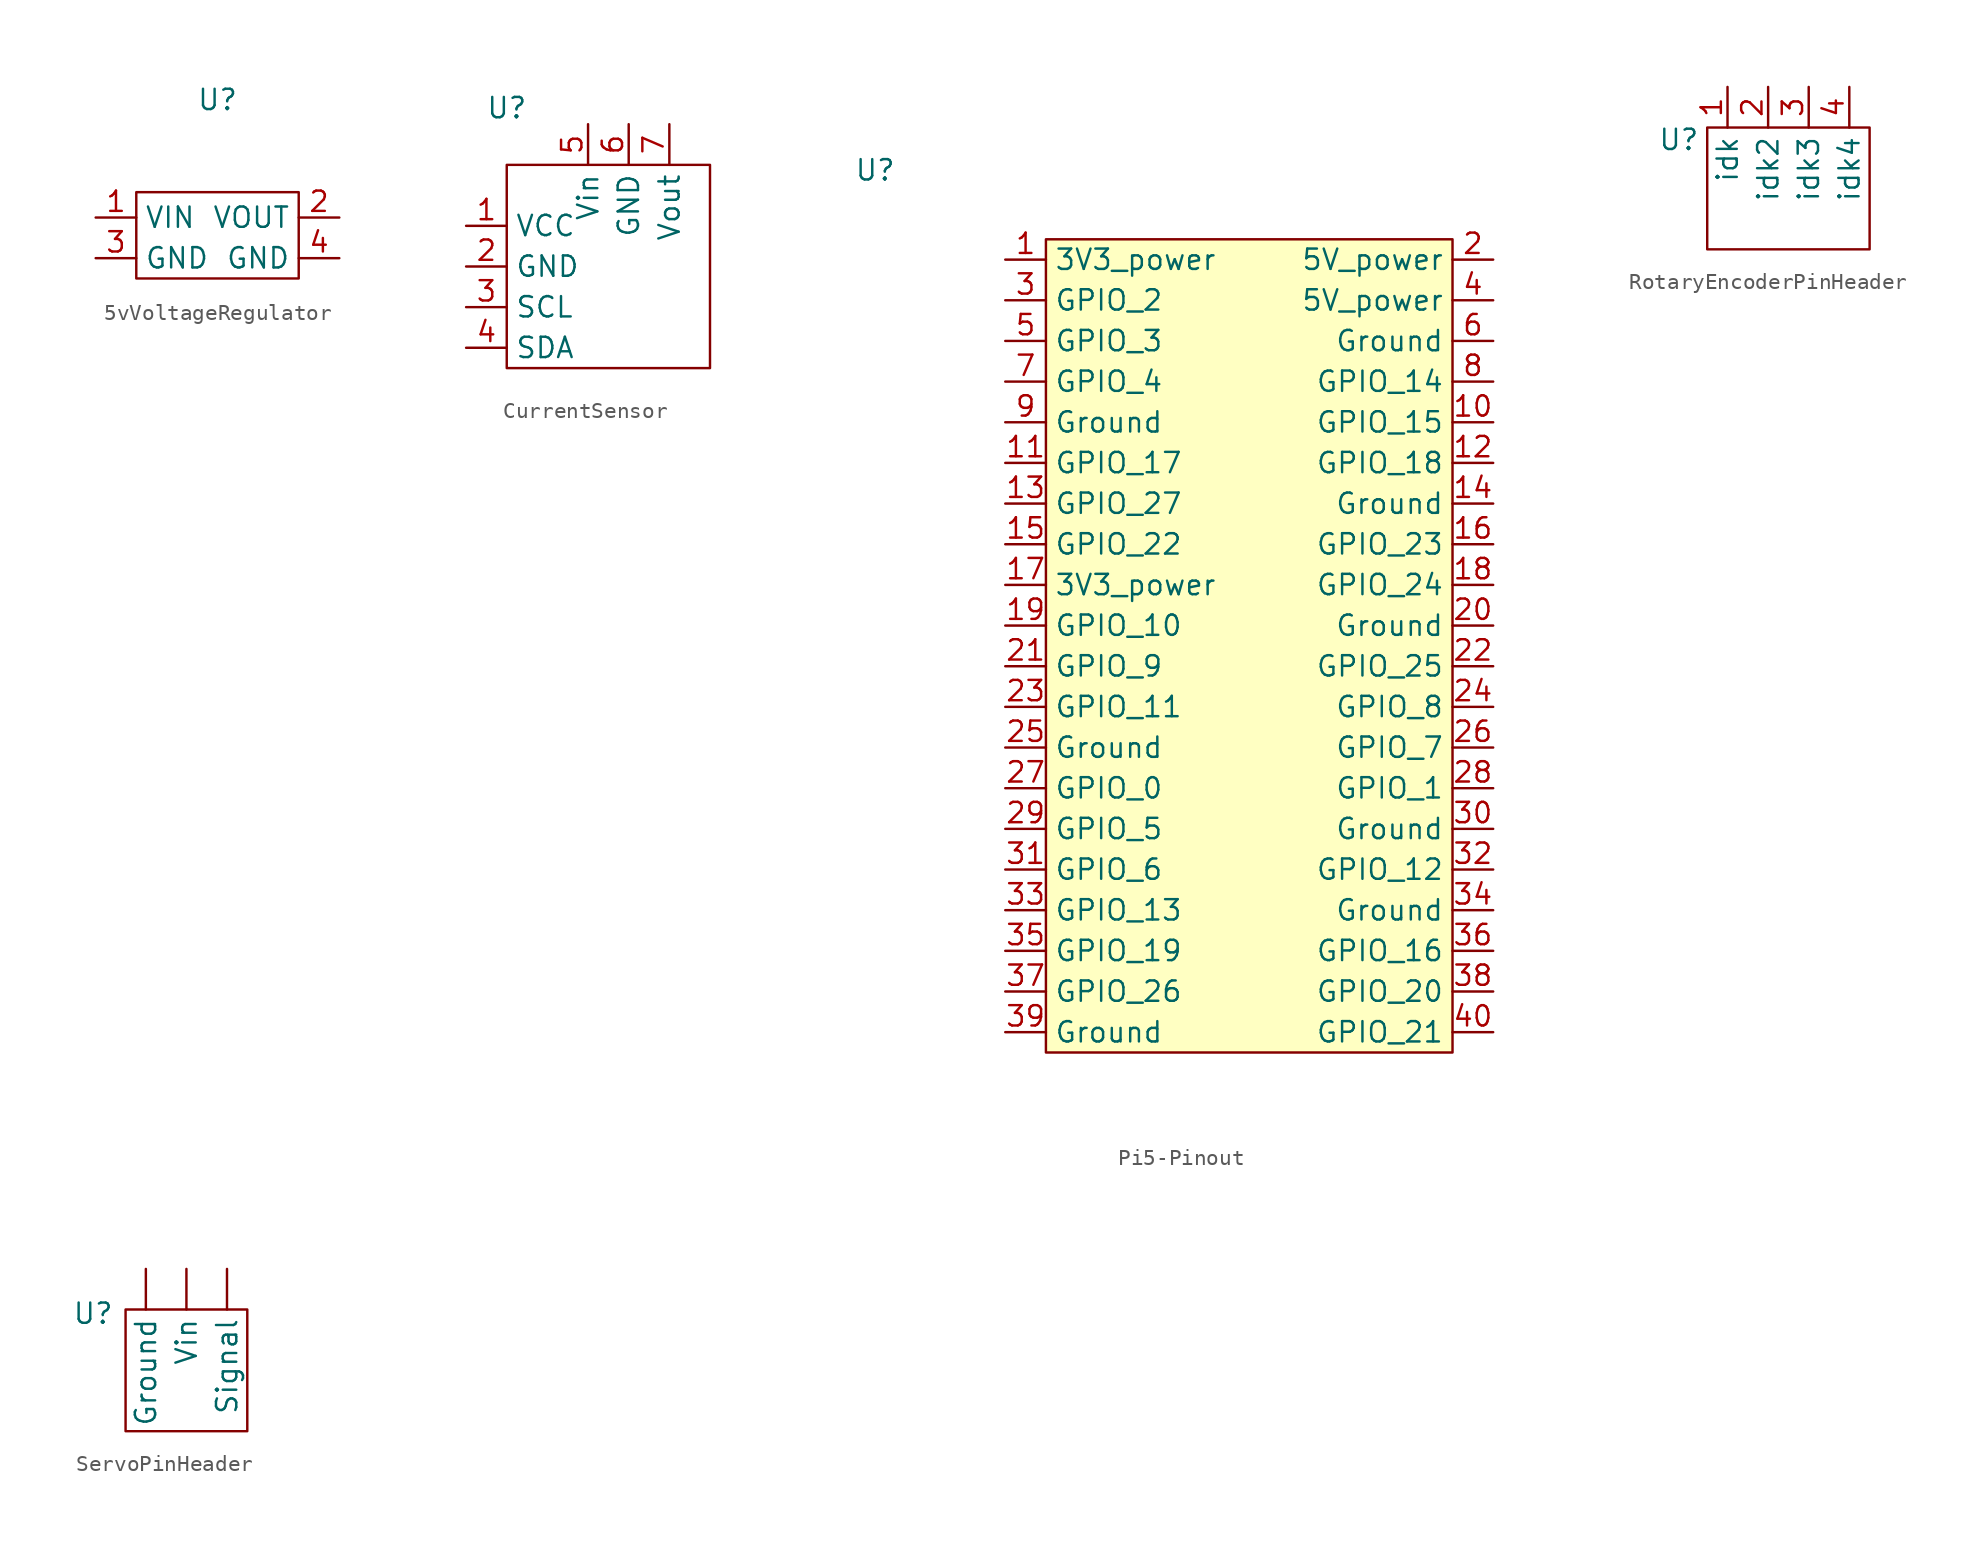
<source format=kicad_sym>
(kicad_symbol_lib
  (version 20241209)
  (generator "kicad_symbol_editor")
  (generator_version "9.0")
  (symbol "5vVoltageRegulator"
    (property "Reference" "U"
      (at 0 4.826 0)
      (effects (font (size 1.27 1.27))))
    (property "Value" ""
      (at 0 0 0)
      (effects (font (size 1.27 1.27))))
    (symbol "5vVoltageRegulator_0_1"
      (rectangle (start -5.08 -0.953) (end 5.08 -6.35) (stroke (width 0) (type default)) (fill (type none))))
    (symbol "5vVoltageRegulator_1_1"
      (pin bidirectional line (at -7.62 -2.54 0) (length 2.54) (name "VIN" (effects (font (size 1.27 1.27)))) (number "1" (effects (font (size 1.27 1.27)))))
      (pin bidirectional line (at -7.62 -5.08 0) (length 2.54) (name "GND" (effects (font (size 1.27 1.27)))) (number "3" (effects (font (size 1.27 1.27)))))
      (pin bidirectional line (at 7.62 -2.54 180) (length 2.54) (name "VOUT" (effects (font (size 1.27 1.27)))) (number "2" (effects (font (size 1.27 1.27)))))
      (pin bidirectional line (at 7.62 -5.08 180) (length 2.54) (name "GND" (effects (font (size 1.27 1.27)))) (number "4" (effects (font (size 1.27 1.27)))))))
  (symbol "CurrentSensor"
    (property "Reference" "U"
      (at 0 3.556 0)
      (effects (font (size 1.27 1.27))))
    (property "Value" ""
      (at 0 0 0)
      (effects (font (size 1.27 1.27))))
    (symbol "CurrentSensor_0_1"
      (rectangle (start 0 0) (end 12.7 -12.7) (stroke (width 0) (type default)) (fill (type none))))
    (symbol "CurrentSensor_1_1"
      (pin bidirectional line (at -2.54 -3.81 0) (length 2.54) (name "VCC" (effects (font (size 1.27 1.27)))) (number "1" (effects (font (size 1.27 1.27)))))
      (pin bidirectional line (at -2.54 -6.35 0) (length 2.54) (name "GND" (effects (font (size 1.27 1.27)))) (number "2" (effects (font (size 1.27 1.27)))))
      (pin bidirectional line (at -2.54 -8.89 0) (length 2.54) (name "SCL" (effects (font (size 1.27 1.27)))) (number "3" (effects (font (size 1.27 1.27)))))
      (pin bidirectional line (at -2.54 -11.43 0) (length 2.54) (name "SDA" (effects (font (size 1.27 1.27)))) (number "4" (effects (font (size 1.27 1.27)))))
      (pin bidirectional line (at 5.08 2.54 270) (length 2.54) (name "Vin" (effects (font (size 1.27 1.27)))) (number "5" (effects (font (size 1.27 1.27)))))
      (pin bidirectional line (at 7.62 2.54 270) (length 2.54) (name "GND" (effects (font (size 1.27 1.27)))) (number "6" (effects (font (size 1.27 1.27)))))
      (pin bidirectional line (at 10.16 2.54 270) (length 2.54) (name "Vout" (effects (font (size 1.27 1.27)))) (number "7" (effects (font (size 1.27 1.27)))))))
  (symbol "Pi5-Pinout"
    (property "Reference" "U"
      (at -10.668 4.318 0)
      (effects (font (size 1.27 1.27))))
    (property "Value" ""
      (at 0 0 0)
      (effects (font (size 1.27 1.27))))
    (symbol "Pi5-Pinout_1_1"
      (rectangle (start 0 0) (end 25.4 -50.8) (stroke (width 0) (type solid)) (fill (type background)))
      (pin bidirectional line (at -2.54 -1.27 0) (length 2.54) (name "3V3_power" (effects (font (size 1.27 1.27)))) (number "1" (effects (font (size 1.27 1.27)))))
      (pin bidirectional line (at -2.54 -3.81 0) (length 2.54) (name "GPIO_2" (effects (font (size 1.27 1.27)))) (number "3" (effects (font (size 1.27 1.27)))))
      (pin bidirectional line (at -2.54 -6.35 0) (length 2.54) (name "GPIO_3" (effects (font (size 1.27 1.27)))) (number "5" (effects (font (size 1.27 1.27)))))
      (pin bidirectional line (at -2.54 -8.89 0) (length 2.54) (name "GPIO_4" (effects (font (size 1.27 1.27)))) (number "7" (effects (font (size 1.27 1.27)))))
      (pin bidirectional line (at -2.54 -11.43 0) (length 2.54) (name "Ground" (effects (font (size 1.27 1.27)))) (number "9" (effects (font (size 1.27 1.27)))))
      (pin bidirectional line (at -2.54 -13.97 0) (length 2.54) (name "GPIO_17" (effects (font (size 1.27 1.27)))) (number "11" (effects (font (size 1.27 1.27)))))
      (pin bidirectional line (at -2.54 -16.51 0) (length 2.54) (name "GPIO_27" (effects (font (size 1.27 1.27)))) (number "13" (effects (font (size 1.27 1.27)))))
      (pin bidirectional line (at -2.54 -19.05 0) (length 2.54) (name "GPIO_22" (effects (font (size 1.27 1.27)))) (number "15" (effects (font (size 1.27 1.27)))))
      (pin bidirectional line (at -2.54 -21.59 0) (length 2.54) (name "3V3_power" (effects (font (size 1.27 1.27)))) (number "17" (effects (font (size 1.27 1.27)))))
      (pin bidirectional line (at -2.54 -24.13 0) (length 2.54) (name "GPIO_10" (effects (font (size 1.27 1.27)))) (number "19" (effects (font (size 1.27 1.27)))))
      (pin bidirectional line (at -2.54 -26.67 0) (length 2.54) (name "GPIO_9" (effects (font (size 1.27 1.27)))) (number "21" (effects (font (size 1.27 1.27)))))
      (pin bidirectional line (at -2.54 -29.21 0) (length 2.54) (name "GPIO_11" (effects (font (size 1.27 1.27)))) (number "23" (effects (font (size 1.27 1.27)))))
      (pin bidirectional line (at -2.54 -31.75 0) (length 2.54) (name "Ground" (effects (font (size 1.27 1.27)))) (number "25" (effects (font (size 1.27 1.27)))))
      (pin bidirectional line (at -2.54 -34.29 0) (length 2.54) (name "GPIO_0" (effects (font (size 1.27 1.27)))) (number "27" (effects (font (size 1.27 1.27)))))
      (pin bidirectional line (at -2.54 -36.83 0) (length 2.54) (name "GPIO_5" (effects (font (size 1.27 1.27)))) (number "29" (effects (font (size 1.27 1.27)))))
      (pin bidirectional line (at -2.54 -39.37 0) (length 2.54) (name "GPIO_6" (effects (font (size 1.27 1.27)))) (number "31" (effects (font (size 1.27 1.27)))))
      (pin bidirectional line (at -2.54 -41.91 0) (length 2.54) (name "GPIO_13" (effects (font (size 1.27 1.27)))) (number "33" (effects (font (size 1.27 1.27)))))
      (pin bidirectional line (at -2.54 -44.45 0) (length 2.54) (name "GPIO_19" (effects (font (size 1.27 1.27)))) (number "35" (effects (font (size 1.27 1.27)))))
      (pin bidirectional line (at -2.54 -46.99 0) (length 2.54) (name "GPIO_26" (effects (font (size 1.27 1.27)))) (number "37" (effects (font (size 1.27 1.27)))))
      (pin bidirectional line (at -2.54 -49.53 0) (length 2.54) (name "Ground" (effects (font (size 1.27 1.27)))) (number "39" (effects (font (size 1.27 1.27)))))
      (pin bidirectional line (at 27.94 -1.27 180) (length 2.54) (name "5V_power" (effects (font (size 1.27 1.27)))) (number "2" (effects (font (size 1.27 1.27)))))
      (pin bidirectional line (at 27.94 -3.81 180) (length 2.54) (name "5V_power" (effects (font (size 1.27 1.27)))) (number "4" (effects (font (size 1.27 1.27)))))
      (pin bidirectional line (at 27.94 -6.35 180) (length 2.54) (name "Ground" (effects (font (size 1.27 1.27)))) (number "6" (effects (font (size 1.27 1.27)))))
      (pin bidirectional line (at 27.94 -8.89 180) (length 2.54) (name "GPIO_14" (effects (font (size 1.27 1.27)))) (number "8" (effects (font (size 1.27 1.27)))))
      (pin bidirectional line (at 27.94 -11.43 180) (length 2.54) (name "GPIO_15" (effects (font (size 1.27 1.27)))) (number "10" (effects (font (size 1.27 1.27)))))
      (pin bidirectional line (at 27.94 -13.97 180) (length 2.54) (name "GPIO_18" (effects (font (size 1.27 1.27)))) (number "12" (effects (font (size 1.27 1.27)))))
      (pin bidirectional line (at 27.94 -16.51 180) (length 2.54) (name "Ground" (effects (font (size 1.27 1.27)))) (number "14" (effects (font (size 1.27 1.27)))))
      (pin bidirectional line (at 27.94 -19.05 180) (length 2.54) (name "GPIO_23" (effects (font (size 1.27 1.27)))) (number "16" (effects (font (size 1.27 1.27)))))
      (pin bidirectional line (at 27.94 -21.59 180) (length 2.54) (name "GPIO_24" (effects (font (size 1.27 1.27)))) (number "18" (effects (font (size 1.27 1.27)))))
      (pin bidirectional line (at 27.94 -24.13 180) (length 2.54) (name "Ground" (effects (font (size 1.27 1.27)))) (number "20" (effects (font (size 1.27 1.27)))))
      (pin bidirectional line (at 27.94 -26.67 180) (length 2.54) (name "GPIO_25" (effects (font (size 1.27 1.27)))) (number "22" (effects (font (size 1.27 1.27)))))
      (pin bidirectional line (at 27.94 -29.21 180) (length 2.54) (name "GPIO_8" (effects (font (size 1.27 1.27)))) (number "24" (effects (font (size 1.27 1.27)))))
      (pin bidirectional line (at 27.94 -31.75 180) (length 2.54) (name "GPIO_7" (effects (font (size 1.27 1.27)))) (number "26" (effects (font (size 1.27 1.27)))))
      (pin bidirectional line (at 27.94 -34.29 180) (length 2.54) (name "GPIO_1" (effects (font (size 1.27 1.27)))) (number "28" (effects (font (size 1.27 1.27)))))
      (pin bidirectional line (at 27.94 -36.83 180) (length 2.54) (name "Ground" (effects (font (size 1.27 1.27)))) (number "30" (effects (font (size 1.27 1.27)))))
      (pin bidirectional line (at 27.94 -39.37 180) (length 2.54) (name "GPIO_12" (effects (font (size 1.27 1.27)))) (number "32" (effects (font (size 1.27 1.27)))))
      (pin bidirectional line (at 27.94 -41.91 180) (length 2.54) (name "Ground" (effects (font (size 1.27 1.27)))) (number "34" (effects (font (size 1.27 1.27)))))
      (pin bidirectional line (at 27.94 -44.45 180) (length 2.54) (name "GPIO_16" (effects (font (size 1.27 1.27)))) (number "36" (effects (font (size 1.27 1.27)))))
      (pin bidirectional line (at 27.94 -46.99 180) (length 2.54) (name "GPIO_20" (effects (font (size 1.27 1.27)))) (number "38" (effects (font (size 1.27 1.27)))))
      (pin bidirectional line (at 27.94 -49.53 180) (length 2.54) (name "GPIO_21" (effects (font (size 1.27 1.27)))) (number "40" (effects (font (size 1.27 1.27)))))))
  (symbol "RotaryEncoderPinHeader"
    (property "Reference" "U"
      (at -1.778 -0.762 0)
      (effects (font (size 1.27 1.27))))
    (property "Value" ""
      (at 0 0 0)
      (effects (font (size 1.27 1.27))))
    (symbol "RotaryEncoderPinHeader_0_1"
      (rectangle (start 0 0) (end 10.16 -7.62) (stroke (width 0) (type default)) (fill (type none))))
    (symbol "RotaryEncoderPinHeader_1_1"
      (pin bidirectional line (at 1.27 2.54 270) (length 2.54) (name "idk" (effects (font (size 1.27 1.27)))) (number "1" (effects (font (size 1.27 1.27)))))
      (pin bidirectional line (at 3.81 2.54 270) (length 2.54) (name "idk2" (effects (font (size 1.27 1.27)))) (number "2" (effects (font (size 1.27 1.27)))))
      (pin bidirectional line (at 6.35 2.54 270) (length 2.54) (name "idk3" (effects (font (size 1.27 1.27)))) (number "3" (effects (font (size 1.27 1.27)))))
      (pin bidirectional line (at 8.89 2.54 270) (length 2.54) (name "idk4" (effects (font (size 1.27 1.27)))) (number "4" (effects (font (size 1.27 1.27)))))))
  (symbol "ServoPinHeader"
    (property "Reference" "U"
      (at -2.032 -0.254 0)
      (effects (font (size 1.27 1.27))))
    (property "Value" ""
      (at 0 0 0)
      (effects (font (size 1.27 1.27))))
    (symbol "ServoPinHeader_0_1"
      (rectangle (start 0 0) (end 7.62 -7.62) (stroke (width 0) (type default)) (fill (type none))))
    (symbol "ServoPinHeader_1_1"
      (pin bidirectional line (at 1.27 2.54 270) (length 2.54) (name "Ground" (effects (font (size 1.27 1.27)))) (number "" (effects (font (size 1.27 1.27)))))
      (pin bidirectional line (at 3.81 2.54 270) (length 2.54) (name "Vin" (effects (font (size 1.27 1.27)))) (number "" (effects (font (size 1.27 1.27)))))
      (pin bidirectional line (at 6.35 2.54 270) (length 2.54) (name "Signal" (effects (font (size 1.27 1.27)))) (number "" (effects (font (size 1.27 1.27))))))))
</source>
